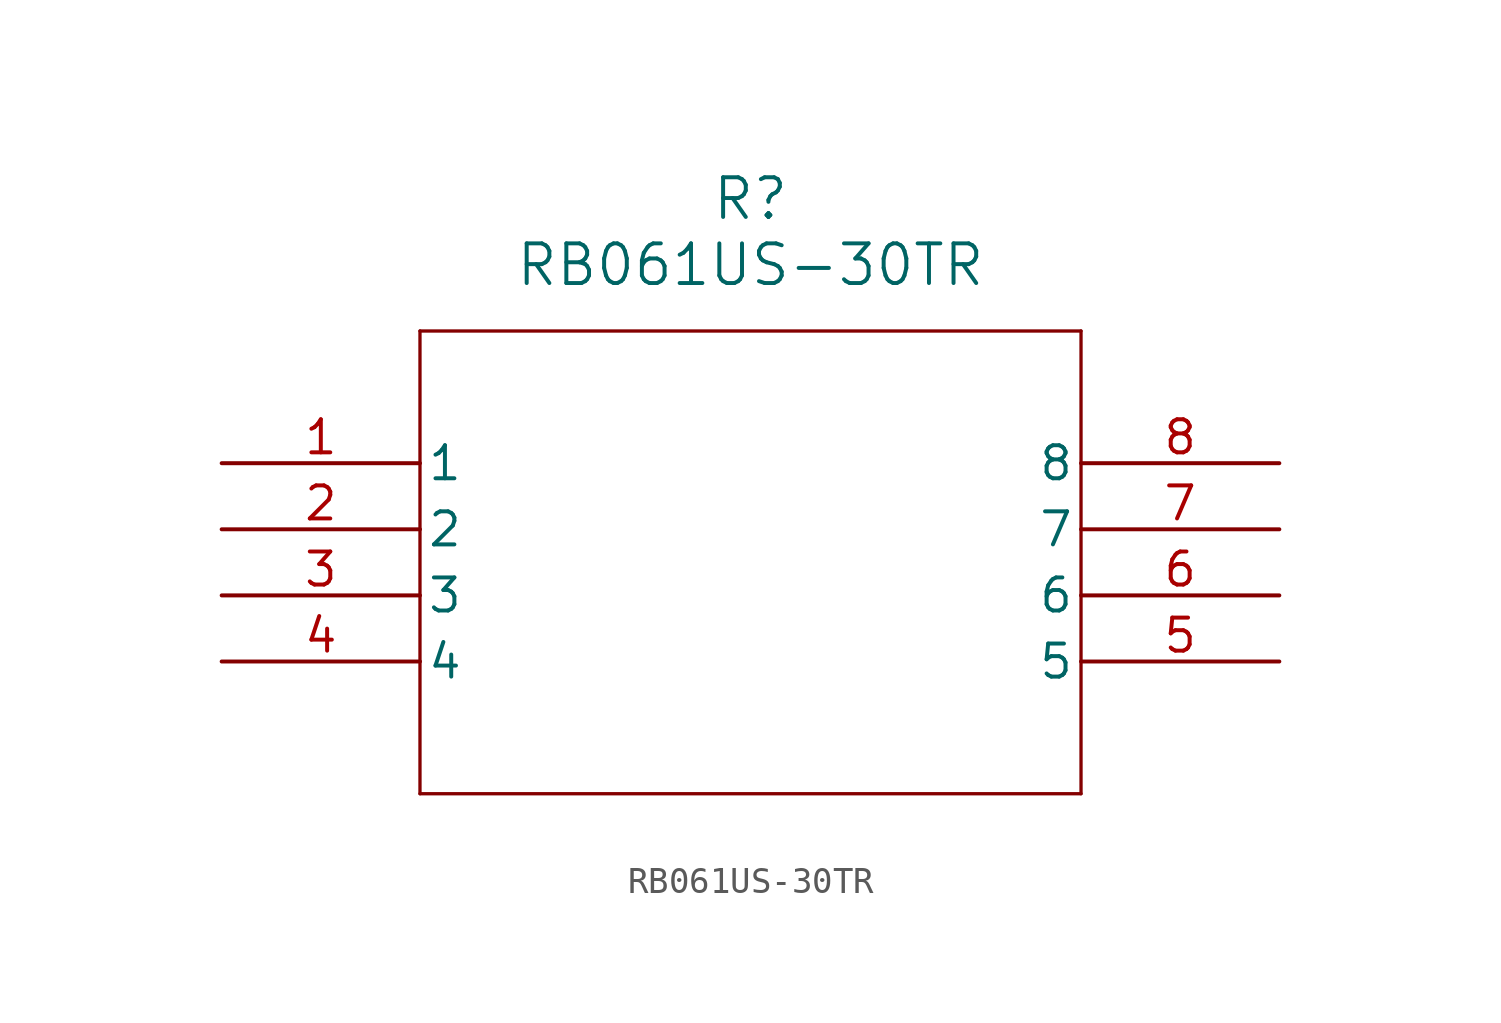
<source format=kicad_sym>
(kicad_symbol_lib
  (version 20211014)
  (generator kicad_symbol_editor)
  (symbol "RB061US-30TR"
    (pin_names
      (offset 0.254))
    (property "Reference" "R"
      (at 20.32 10.16 0)
      (effects (font (size 1.524 1.524))))
    (property "Value" "RB061US-30TR"
      (at 20.32 7.62 0)
      (effects (font (size 1.524 1.524))))
    (symbol "RB061US-30TR_0_1"
      (polyline (pts (xy 7.62 5.08) (xy 7.62 -12.7)) (stroke (width 0.127) (type default) (color 0 0 0 0)) (fill (type none)))
      (polyline (pts (xy 7.62 -12.7) (xy 33.02 -12.7)) (stroke (width 0.127) (type default) (color 0 0 0 0)) (fill (type none)))
      (polyline (pts (xy 33.02 -12.7) (xy 33.02 5.08)) (stroke (width 0.127) (type default) (color 0 0 0 0)) (fill (type none)))
      (polyline (pts (xy 33.02 5.08) (xy 7.62 5.08)) (stroke (width 0.127) (type default) (color 0 0 0 0)) (fill (type none)))
      (pin unspecified line (at 0 0 0) (length 7.62) (name "1" (effects (font (size 1.27 1.27)))) (number "1" (effects (font (size 1.27 1.27)))))
      (pin unspecified line (at 0 -2.54 0) (length 7.62) (name "2" (effects (font (size 1.27 1.27)))) (number "2" (effects (font (size 1.27 1.27)))))
      (pin unspecified line (at 0 -5.08 0) (length 7.62) (name "3" (effects (font (size 1.27 1.27)))) (number "3" (effects (font (size 1.27 1.27)))))
      (pin unspecified line (at 0 -7.62 0) (length 7.62) (name "4" (effects (font (size 1.27 1.27)))) (number "4" (effects (font (size 1.27 1.27)))))
      (pin unspecified line (at 40.64 -7.62 180) (length 7.62) (name "5" (effects (font (size 1.27 1.27)))) (number "5" (effects (font (size 1.27 1.27)))))
      (pin unspecified line (at 40.64 -5.08 180) (length 7.62) (name "6" (effects (font (size 1.27 1.27)))) (number "6" (effects (font (size 1.27 1.27)))))
      (pin unspecified line (at 40.64 -2.54 180) (length 7.62) (name "7" (effects (font (size 1.27 1.27)))) (number "7" (effects (font (size 1.27 1.27)))))
      (pin unspecified line (at 40.64 0 180) (length 7.62) (name "8" (effects (font (size 1.27 1.27)))) (number "8" (effects (font (size 1.27 1.27))))))))
</source>
